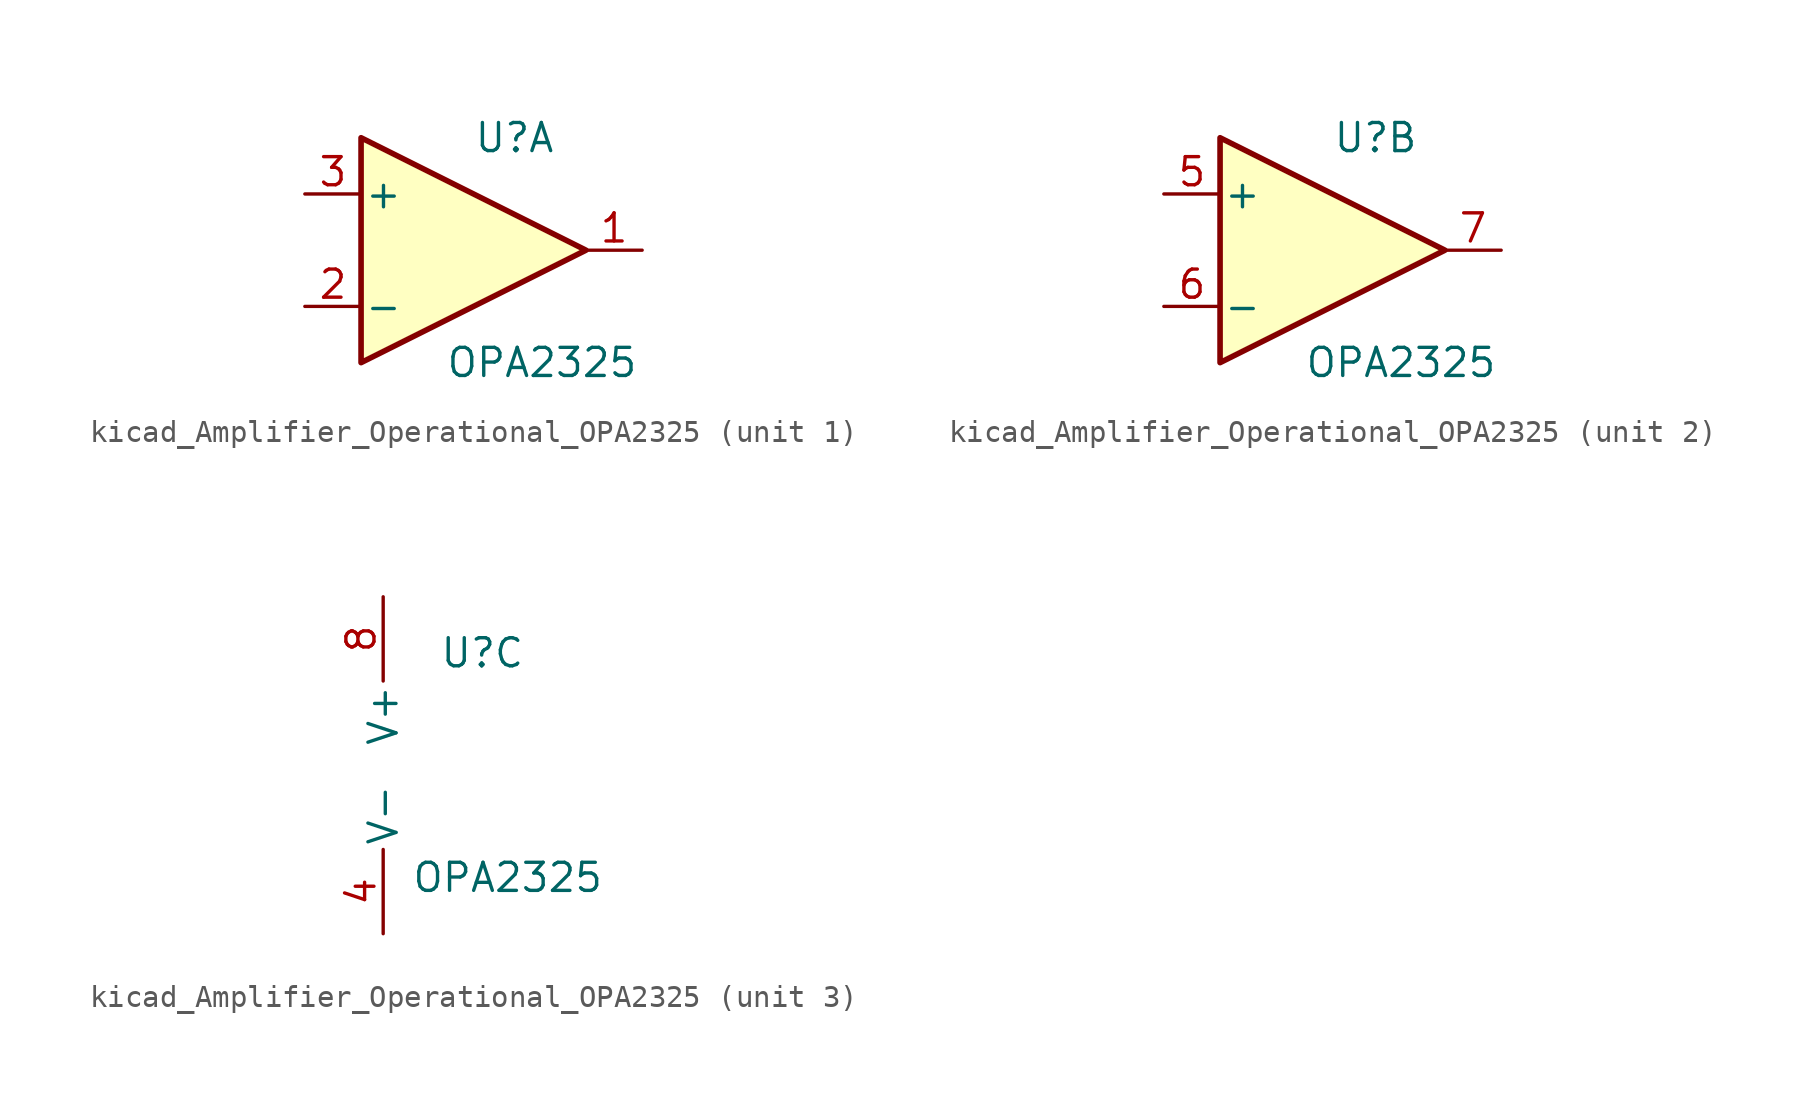
<source format=kicad_sym>
(kicad_symbol_lib
  (version 20220914)
  (generator kicad_symbol_editor)
  (symbol "kicad_Amplifier_Operational_OPA2325"
    (pin_names
      (offset 0.127))
    (property "Reference" "U"
      (at 0 5.08 0)
      (effects (font (size 1.27 1.27)) (justify left)))
    (property "Value" "OPA2325"
      (at -1.27 -5.08 0)
      (effects (font (size 1.27 1.27)) (justify left)))
    (property "ki_locked" ""
      (at 0 0 0)
      (effects (font (size 1.27 1.27))))
    (symbol "kicad_Amplifier_Operational_OPA2325_1_1"
      (polyline (pts (xy -5.08 5.08) (xy 5.08 0) (xy -5.08 -5.08) (xy -5.08 5.08)) (stroke (width 0.254) (type default)) (fill (type background)))
      (pin output line (at 7.62 0 180) (length 2.54) (name "~" (effects (font (size 1.27 1.27)))) (number "1" (effects (font (size 1.27 1.27)))))
      (pin input line (at -7.62 -2.54 0) (length 2.54) (name "-" (effects (font (size 1.27 1.27)))) (number "2" (effects (font (size 1.27 1.27)))))
      (pin input line (at -7.62 2.54 0) (length 2.54) (name "+" (effects (font (size 1.27 1.27)))) (number "3" (effects (font (size 1.27 1.27))))))
    (symbol "kicad_Amplifier_Operational_OPA2325_2_1"
      (polyline (pts (xy -5.08 5.08) (xy 5.08 0) (xy -5.08 -5.08) (xy -5.08 5.08)) (stroke (width 0.254) (type default)) (fill (type background)))
      (pin input line (at -7.62 2.54 0) (length 2.54) (name "+" (effects (font (size 1.27 1.27)))) (number "5" (effects (font (size 1.27 1.27)))))
      (pin input line (at -7.62 -2.54 0) (length 2.54) (name "-" (effects (font (size 1.27 1.27)))) (number "6" (effects (font (size 1.27 1.27)))))
      (pin output line (at 7.62 0 180) (length 2.54) (name "~" (effects (font (size 1.27 1.27)))) (number "7" (effects (font (size 1.27 1.27))))))
    (symbol "kicad_Amplifier_Operational_OPA2325_3_1"
      (pin power_in line (at -2.54 -7.62 90) (length 3.81) (name "V-" (effects (font (size 1.27 1.27)))) (number "4" (effects (font (size 1.27 1.27)))))
      (pin power_in line (at -2.54 7.62 270) (length 3.81) (name "V+" (effects (font (size 1.27 1.27)))) (number "8" (effects (font (size 1.27 1.27))))))))
</source>
